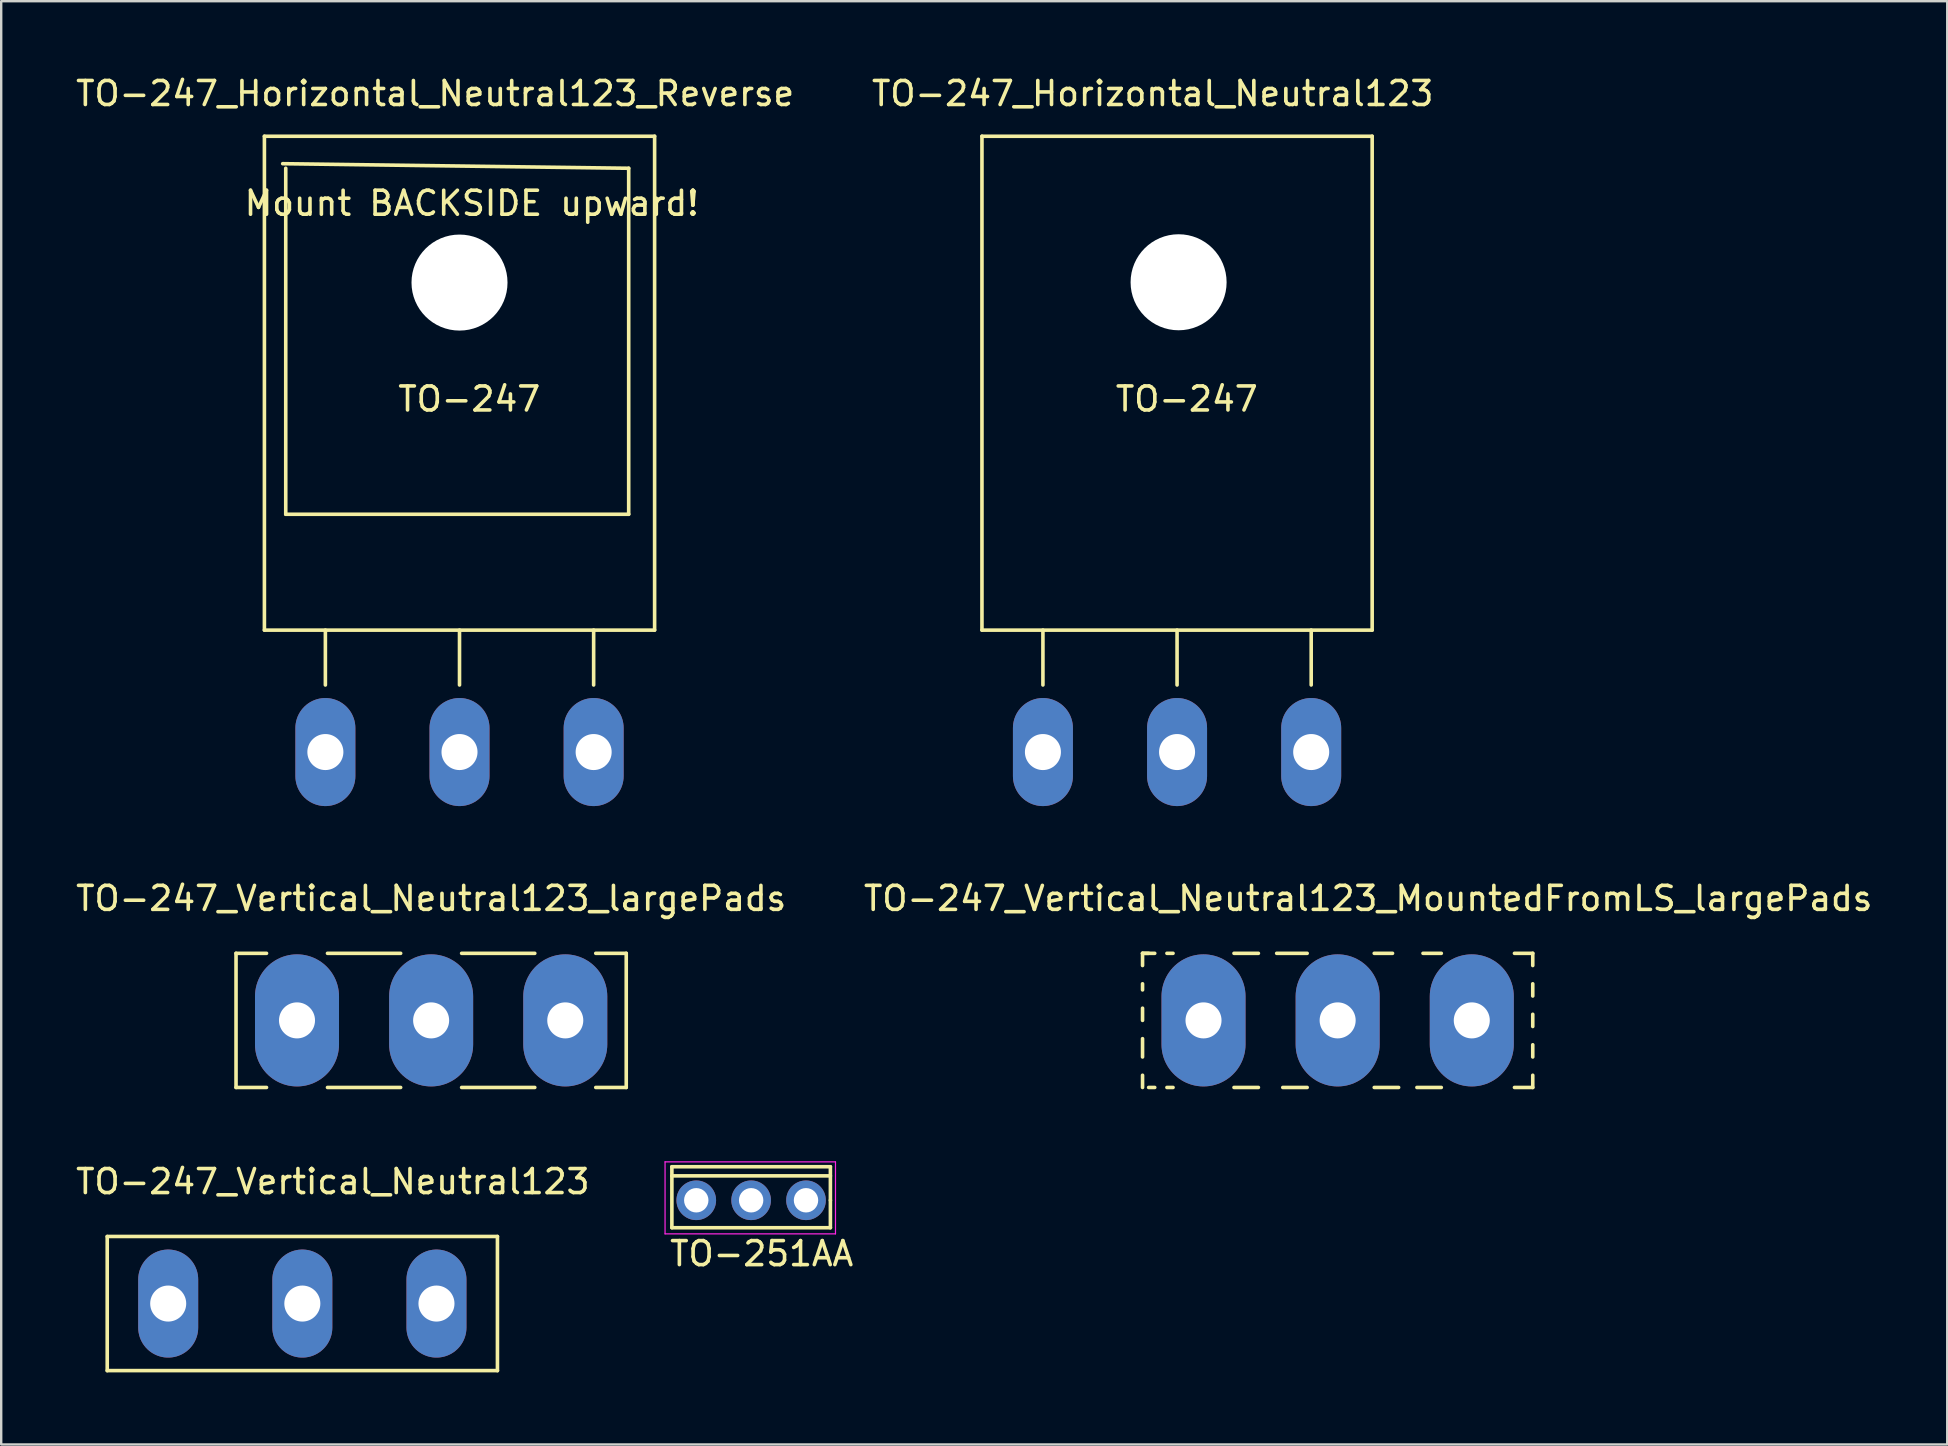
<source format=kicad_pcb>
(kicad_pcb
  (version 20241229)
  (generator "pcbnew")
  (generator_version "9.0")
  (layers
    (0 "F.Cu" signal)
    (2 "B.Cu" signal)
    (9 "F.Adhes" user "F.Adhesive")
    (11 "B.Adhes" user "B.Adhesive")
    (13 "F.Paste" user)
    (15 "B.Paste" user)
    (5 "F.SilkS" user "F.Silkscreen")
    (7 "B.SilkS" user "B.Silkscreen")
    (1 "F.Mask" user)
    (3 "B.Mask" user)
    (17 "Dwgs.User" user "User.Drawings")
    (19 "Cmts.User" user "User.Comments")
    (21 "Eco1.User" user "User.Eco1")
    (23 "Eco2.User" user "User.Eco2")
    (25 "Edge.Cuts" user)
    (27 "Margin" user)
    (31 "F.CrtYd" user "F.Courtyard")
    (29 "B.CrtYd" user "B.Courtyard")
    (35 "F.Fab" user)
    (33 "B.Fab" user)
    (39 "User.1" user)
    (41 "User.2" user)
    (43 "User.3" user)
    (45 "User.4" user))
  (footprint "TO-247_Vertical_Neutral123_MountedFromLS_largePads"
    (layer "F.Cu")
    (at 52.676 39.459)
    (property "Reference" "TO-247_Vertical_Neutral123_MountedFromLS_largePads" (at 1.27 -5.08 0) (layer "F.SilkS") (effects (font (size 1 1) (thickness 0.15))))
    (attr through_hole)
    (fp_line (start -8.128 -2.794) (end -8.128 -2.286) (stroke (width 0.15) (type solid)) (layer "F.SilkS"))
    (fp_line (start -8.128 -2.794) (end -7.874 -2.794) (stroke (width 0.15) (type solid)) (layer "F.SilkS"))
    (fp_line (start -8.128 -1.27) (end -8.128 -1.524) (stroke (width 0.15) (type solid)) (layer "F.SilkS"))
    (fp_line (start -8.128 0) (end -8.128 -0.508) (stroke (width 0.15) (type solid)) (layer "F.SilkS"))
    (fp_line (start -8.128 1.524) (end -8.128 0.762) (stroke (width 0.15) (type solid)) (layer "F.SilkS"))
    (fp_line (start -8.128 2.794) (end -8.128 2.286) (stroke (width 0.15) (type solid)) (layer "F.SilkS"))
    (fp_line (start -7.874 2.794) (end -7.62 2.794) (stroke (width 0.15) (type solid)) (layer "F.SilkS"))
    (fp_line (start -7.62 -2.794) (end -8.128 -2.794) (stroke (width 0.15) (type solid)) (layer "F.SilkS"))
    (fp_line (start -7.112 2.794) (end -6.858 2.794) (stroke (width 0.15) (type solid)) (layer "F.SilkS"))
    (fp_line (start -6.858 -2.794) (end -7.112 -2.794) (stroke (width 0.15) (type solid)) (layer "F.SilkS"))
    (fp_line (start -4.318 -2.794) (end -3.302 -2.794) (stroke (width 0.15) (type solid)) (layer "F.SilkS"))
    (fp_line (start -4.318 2.794) (end -3.302 2.794) (stroke (width 0.15) (type solid)) (layer "F.SilkS"))
    (fp_line (start -2.54 -2.794) (end -1.27 -2.794) (stroke (width 0.15) (type solid)) (layer "F.SilkS"))
    (fp_line (start -2.286 2.794) (end -1.27 2.794) (stroke (width 0.15) (type solid)) (layer "F.SilkS"))
    (fp_line (start 1.524 -2.794) (end 2.286 -2.794) (stroke (width 0.15) (type solid)) (layer "F.SilkS"))
    (fp_line (start 2.54 2.794) (end 1.524 2.794) (stroke (width 0.15) (type solid)) (layer "F.SilkS"))
    (fp_line (start 3.302 2.794) (end 4.318 2.794) (stroke (width 0.15) (type solid)) (layer "F.SilkS"))
    (fp_line (start 3.556 -2.794) (end 4.318 -2.794) (stroke (width 0.15) (type solid)) (layer "F.SilkS"))
    (fp_line (start 7.366 2.794) (end 8.128 2.794) (stroke (width 0.15) (type solid)) (layer "F.SilkS"))
    (fp_line (start 8.128 -2.794) (end 7.366 -2.794) (stroke (width 0.15) (type solid)) (layer "F.SilkS"))
    (fp_line (start 8.128 -2.794) (end 8.128 -2.286) (stroke (width 0.15) (type solid)) (layer "F.SilkS"))
    (fp_line (start 8.128 -1.524) (end 8.128 -1.016) (stroke (width 0.15) (type solid)) (layer "F.SilkS"))
    (fp_line (start 8.128 -0.254) (end 8.128 0.254) (stroke (width 0.15) (type solid)) (layer "F.SilkS"))
    (fp_line (start 8.128 1.016) (end 8.128 1.524) (stroke (width 0.15) (type solid)) (layer "F.SilkS"))
    (fp_line (start 8.128 2.794) (end 8.128 2.286) (stroke (width 0.15) (type solid)) (layer "F.SilkS"))
    (pad "1" thru_hole oval (at 5.588 0 90) (size 5.502 3.5) (drill 1.501) (layers "*.Cu" "*.Mask"))
    (pad "2" thru_hole oval (at 0 0 90) (size 5.502 3.5) (drill 1.501) (layers "*.Cu" "*.Mask"))
    (pad "3" thru_hole oval (at -5.588 0 90) (size 5.502 3.5) (drill 1.501) (layers "*.Cu" "*.Mask")))
  (footprint "TO-247_Horizontal_Neutral123_Reverse"
    (layer "F.Cu")
    (at 16.093 28.28)
    (property "Reference" "TO-247_Horizontal_Neutral123_Reverse" (at -1.016 -27.432 0) (layer "F.SilkS") (effects (font (size 1 1) (thickness 0.15))))
    (attr through_hole)
    (fp_line (start -8.128 -25.654) (end -8.128 -5.08) (stroke (width 0.15) (type solid)) (layer "F.SilkS"))
    (fp_line (start -8.128 -5.08) (end 8.128 -5.08) (stroke (width 0.15) (type solid)) (layer "F.SilkS"))
    (fp_line (start -7.366 -24.511) (end 7.048 -24.32) (stroke (width 0.15) (type solid)) (layer "F.SilkS"))
    (fp_line (start -7.239 -9.906) (end -7.239 -24.32) (stroke (width 0.15) (type solid)) (layer "F.SilkS"))
    (fp_line (start -5.588 -2.794) (end -5.588 -5.08) (stroke (width 0.15) (type solid)) (layer "F.SilkS"))
    (fp_line (start 0 -2.794) (end 0 -5.08) (stroke (width 0.15) (type solid)) (layer "F.SilkS"))
    (fp_line (start 5.588 -2.794) (end 5.588 -5.08) (stroke (width 0.15) (type solid)) (layer "F.SilkS"))
    (fp_line (start 7.048 -24.32) (end 7.048 -9.906) (stroke (width 0.15) (type solid)) (layer "F.SilkS"))
    (fp_line (start 7.048 -9.906) (end -7.239 -9.906) (stroke (width 0.15) (type solid)) (layer "F.SilkS"))
    (fp_line (start 8.128 -25.654) (end -8.128 -25.654) (stroke (width 0.15) (type solid)) (layer "F.SilkS"))
    (fp_line (start 8.128 -25.654) (end 8.128 -5.08) (stroke (width 0.15) (type solid)) (layer "F.SilkS"))
    (fp_circle (center 0 -19.558) (end 1.778 -19.558) (stroke (width 0.15) (type solid)) (fill no) (layer "F.SilkS"))
    (fp_text user "Mount BACKSIDE upward!" (at 0.508 -22.86 0) (layer "F.SilkS") (effects (font (size 1 1) (thickness 0.15))))
    (fp_text user "TO-247" (at 0.406 -14.707 0) (layer "F.SilkS") (effects (font (size 1 1) (thickness 0.15))))
    (pad "" np_thru_hole circle (at 0 -19.558) (size 4 4) (drill 4) (layers "*.Cu" "*.Mask"))
    (pad "1" thru_hole oval (at 5.588 0 90) (size 4.501 2.499) (drill 1.501) (layers "*.Cu" "*.Mask"))
    (pad "2" thru_hole oval (at 0 0 90) (size 4.501 2.499) (drill 1.501) (layers "*.Cu" "*.Mask"))
    (pad "3" thru_hole oval (at -5.588 0 90) (size 4.501 2.499) (drill 1.501) (layers "*.Cu" "*.Mask")))
  (footprint "TO-251AA"
    (layer "F.Cu")
    (at 25.956 46.953)
    (property "Reference" "TO-251AA" (at 2.725 2.225 180) (layer "F.SilkS") (effects (font (size 1 1) (thickness 0.15))))
    (attr through_hole)
    (fp_line (start -1.016 -1.397) (end -1.016 1.143) (stroke (width 0.15) (type solid)) (layer "F.SilkS"))
    (fp_line (start -1.016 1.143) (end 5.588 1.143) (stroke (width 0.15) (type solid)) (layer "F.SilkS"))
    (fp_line (start 5.588 -1.397) (end -1.016 -1.397) (stroke (width 0.15) (type solid)) (layer "F.SilkS"))
    (fp_line (start 5.588 -1.016) (end -1.016 -1.016) (stroke (width 0.15) (type solid)) (layer "F.SilkS"))
    (fp_line (start 5.588 0) (end 5.588 -1.397) (stroke (width 0.15) (type solid)) (layer "F.SilkS"))
    (fp_line (start 5.588 1.143) (end 5.588 0) (stroke (width 0.15) (type solid)) (layer "F.SilkS"))
    (fp_line (start -1.3 -1.6) (end -1.3 1.4) (stroke (width 0.05) (type solid)) (layer "F.CrtYd"))
    (fp_line (start -1.3 -1.6) (end 5.8 -1.6) (stroke (width 0.05) (type solid)) (layer "F.CrtYd"))
    (fp_line (start -1.3 1.4) (end 5.8 1.4) (stroke (width 0.05) (type solid)) (layer "F.CrtYd"))
    (fp_line (start 5.8 -1.6) (end 5.8 1.4) (stroke (width 0.05) (type solid)) (layer "F.CrtYd"))
    (pad "1" thru_hole circle (at 0 0 180) (size 1.651 1.651) (drill 1.016) (layers "*.Cu" "*.Mask"))
    (pad "2" thru_hole circle (at 2.286 0 180) (size 1.651 1.651) (drill 1.016) (layers "*.Cu" "*.Mask"))
    (pad "3" thru_hole circle (at 4.572 0 180) (size 1.651 1.651) (drill 1.016) (layers "*.Cu" "*.Mask")))
  (footprint "TO-247_Horizontal_Neutral123"
    (layer "F.Cu")
    (at 45.986 28.28)
    (property "Reference" "TO-247_Horizontal_Neutral123" (at -1.016 -27.432 0) (layer "F.SilkS") (effects (font (size 1 1) (thickness 0.15))))
    (attr through_hole)
    (fp_line (start -8.128 -25.654) (end 8.128 -25.654) (stroke (width 0.15) (type solid)) (layer "F.SilkS"))
    (fp_line (start -8.128 -5.08) (end -8.128 -25.654) (stroke (width 0.15) (type solid)) (layer "F.SilkS"))
    (fp_line (start -5.588 -2.794) (end -5.588 -5.08) (stroke (width 0.15) (type solid)) (layer "F.SilkS"))
    (fp_line (start 0 -2.794) (end 0 -5.08) (stroke (width 0.15) (type solid)) (layer "F.SilkS"))
    (fp_line (start 5.588 -2.794) (end 5.588 -5.08) (stroke (width 0.15) (type solid)) (layer "F.SilkS"))
    (fp_line (start 8.128 -25.654) (end 8.128 -5.08) (stroke (width 0.15) (type solid)) (layer "F.SilkS"))
    (fp_line (start 8.128 -5.08) (end -8.128 -5.08) (stroke (width 0.15) (type solid)) (layer "F.SilkS"))
    (fp_circle (center 0 -19.558) (end 1.778 -19.558) (stroke (width 0.15) (type solid)) (fill no) (layer "F.SilkS"))
    (fp_text user "TO-247" (at 0.406 -14.707 0) (layer "F.SilkS") (effects (font (size 1 1) (thickness 0.15))))
    (pad "" np_thru_hole circle (at 0.064 -19.571) (size 4 4) (drill 4) (layers "*.Cu" "*.Mask"))
    (pad "1" thru_hole oval (at -5.588 0 90) (size 4.501 2.499) (drill 1.501) (layers "*.Cu" "*.Mask"))
    (pad "2" thru_hole oval (at 0 0 90) (size 4.501 2.499) (drill 1.501) (layers "*.Cu" "*.Mask"))
    (pad "3" thru_hole oval (at 5.588 0 90) (size 4.501 2.499) (drill 1.501) (layers "*.Cu" "*.Mask")))
  (footprint "TO-247_Vertical_Neutral123"
    (layer "F.Cu")
    (at 9.545 51.256)
    (property "Reference" "TO-247_Vertical_Neutral123" (at 1.27 -5.08 0) (layer "F.SilkS") (effects (font (size 1 1) (thickness 0.15))))
    (attr through_hole)
    (fp_line (start -8.128 -2.794) (end -8.128 2.794) (stroke (width 0.15) (type solid)) (layer "F.SilkS"))
    (fp_line (start -8.128 2.794) (end 8.128 2.794) (stroke (width 0.15) (type solid)) (layer "F.SilkS"))
    (fp_line (start 8.128 -2.794) (end -8.128 -2.794) (stroke (width 0.15) (type solid)) (layer "F.SilkS"))
    (fp_line (start 8.128 2.794) (end 8.128 -2.794) (stroke (width 0.15) (type solid)) (layer "F.SilkS"))
    (pad "1" thru_hole oval (at -5.588 0 90) (size 4.501 2.499) (drill 1.501) (layers "*.Cu" "*.Mask"))
    (pad "2" thru_hole oval (at 0 0 90) (size 4.501 2.499) (drill 1.501) (layers "*.Cu" "*.Mask"))
    (pad "3" thru_hole oval (at 5.588 0 90) (size 4.501 2.499) (drill 1.501) (layers "*.Cu" "*.Mask")))
  (footprint "TO-247_Vertical_Neutral123_largePads"
    (layer "F.Cu")
    (at 14.911 39.459)
    (property "Reference" "TO-247_Vertical_Neutral123_largePads" (at 0 -5.08 0) (layer "F.SilkS") (effects (font (size 1 1) (thickness 0.15))))
    (attr through_hole)
    (fp_line (start -8.128 -2.794) (end -8.128 2.794) (stroke (width 0.15) (type solid)) (layer "F.SilkS"))
    (fp_line (start -6.858 -2.794) (end -8.128 -2.794) (stroke (width 0.15) (type solid)) (layer "F.SilkS"))
    (fp_line (start -6.858 2.794) (end -8.128 2.794) (stroke (width 0.15) (type solid)) (layer "F.SilkS"))
    (fp_line (start -4.318 -2.794) (end -1.27 -2.794) (stroke (width 0.15) (type solid)) (layer "F.SilkS"))
    (fp_line (start -4.318 2.794) (end -1.27 2.794) (stroke (width 0.15) (type solid)) (layer "F.SilkS"))
    (fp_line (start 1.27 -2.794) (end 4.318 -2.794) (stroke (width 0.15) (type solid)) (layer "F.SilkS"))
    (fp_line (start 1.27 2.794) (end 4.318 2.794) (stroke (width 0.15) (type solid)) (layer "F.SilkS"))
    (fp_line (start 6.858 -2.794) (end 8.128 -2.794) (stroke (width 0.15) (type solid)) (layer "F.SilkS"))
    (fp_line (start 6.858 2.794) (end 8.128 2.794) (stroke (width 0.15) (type solid)) (layer "F.SilkS"))
    (fp_line (start 8.128 2.794) (end 8.128 -2.794) (stroke (width 0.15) (type solid)) (layer "F.SilkS"))
    (pad "1" thru_hole oval (at -5.588 0 90) (size 5.502 3.5) (drill 1.501) (layers "*.Cu" "*.Mask"))
    (pad "2" thru_hole oval (at 0 0 90) (size 5.502 3.5) (drill 1.501) (layers "*.Cu" "*.Mask"))
    (pad "3" thru_hole oval (at 5.588 0 90) (size 5.502 3.5) (drill 1.501) (layers "*.Cu" "*.Mask")))
  (gr_rect
    (start -3 -3)
    (end 78.071 57.125)
    (stroke (width 0.1) (type default))
    (fill no)
    (layer "Edge.Cuts")))
</source>
